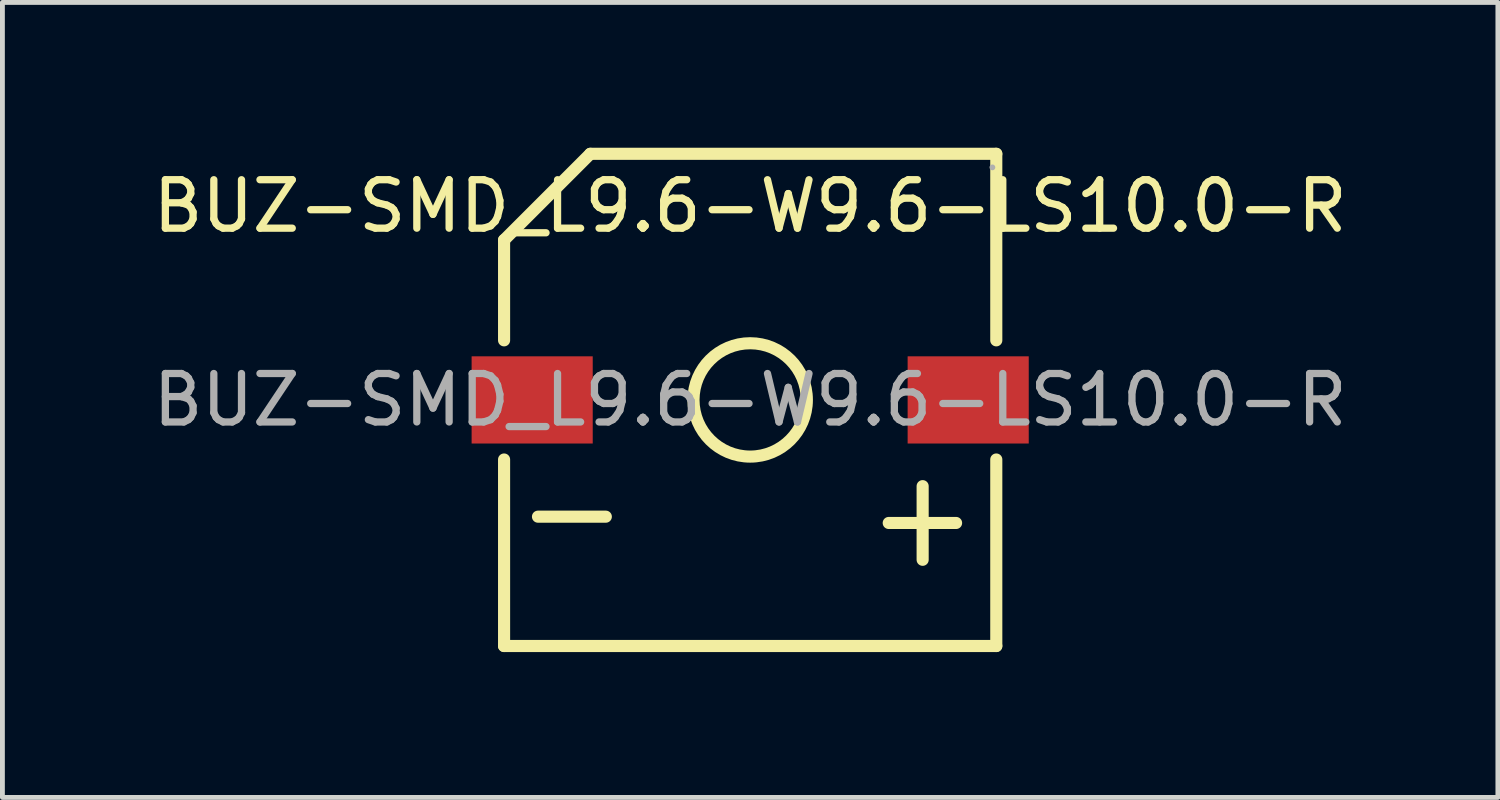
<source format=kicad_pcb>
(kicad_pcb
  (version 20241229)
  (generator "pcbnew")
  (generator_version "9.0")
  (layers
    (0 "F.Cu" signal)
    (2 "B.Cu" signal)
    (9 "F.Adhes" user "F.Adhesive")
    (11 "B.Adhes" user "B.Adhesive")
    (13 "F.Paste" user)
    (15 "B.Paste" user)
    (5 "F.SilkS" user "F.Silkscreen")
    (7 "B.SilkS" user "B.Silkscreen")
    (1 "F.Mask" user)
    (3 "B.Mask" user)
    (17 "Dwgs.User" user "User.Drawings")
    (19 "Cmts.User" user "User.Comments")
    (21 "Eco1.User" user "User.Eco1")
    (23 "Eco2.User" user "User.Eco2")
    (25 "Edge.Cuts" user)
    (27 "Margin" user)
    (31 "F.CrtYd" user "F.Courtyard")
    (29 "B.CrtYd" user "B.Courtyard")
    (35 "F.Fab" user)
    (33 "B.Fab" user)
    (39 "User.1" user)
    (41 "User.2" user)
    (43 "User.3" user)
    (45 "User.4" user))
  (footprint "BUZ-SMD_L9.6-W9.6-LS10.0-R"
    (layer "F.Cu")
    (at 12.435 5.205)
    (property "Reference" "BUZ-SMD_L9.6-W9.6-LS10.0-R" (at 0 -4 0) (layer "F.SilkS") (effects (font (size 1 1) (thickness 0.15))))
    (attr smd)
    (fp_line (start -5.08 -3.3) (end -5.08 -1.23) (stroke (width 0.25) (type solid)) (layer "F.SilkS"))
    (fp_line (start -5.08 -3.3) (end -3.3 -5.08) (stroke (width 0.25) (type solid)) (layer "F.SilkS"))
    (fp_line (start -5.08 1.23) (end -5.08 5.08) (stroke (width 0.25) (type solid)) (layer "F.SilkS"))
    (fp_line (start -4.38 2.41) (end -2.98 2.41) (stroke (width 0.25) (type solid)) (layer "F.SilkS"))
    (fp_line (start -3.3 -5.08) (end 5.08 -5.08) (stroke (width 0.25) (type solid)) (layer "F.SilkS"))
    (fp_line (start 2.86 2.54) (end 4.25 2.54) (stroke (width 0.25) (type solid)) (layer "F.SilkS"))
    (fp_line (start 3.56 1.78) (end 3.56 3.3) (stroke (width 0.25) (type solid)) (layer "F.SilkS"))
    (fp_line (start 5.08 -5.08) (end 5.08 -1.23) (stroke (width 0.25) (type solid)) (layer "F.SilkS"))
    (fp_line (start 5.08 1.23) (end 5.08 5.08) (stroke (width 0.25) (type solid)) (layer "F.SilkS"))
    (fp_line (start 5.08 5.08) (end -5.08 5.08) (stroke (width 0.25) (type solid)) (layer "F.SilkS"))
    (fp_circle (center 0 0) (end 1.17 0) (stroke (width 0.25) (type solid)) (fill no) (layer "F.SilkS"))
    (fp_circle (center 5 -4.8) (end 5.03 -4.8) (stroke (width 0.06) (type solid)) (fill no) (layer "F.Fab"))
    (fp_text user "${REFERENCE}" (at 0 0 0) (layer "F.Fab") (effects (font (size 1 1) (thickness 0.15))))
    (pad "1" smd rect (at 4.5 0) (size 2.5 1.8) (layers "F.Cu" "F.Mask" "F.Paste"))
    (pad "2" smd rect (at -4.5 0) (size 2.5 1.8) (layers "F.Cu" "F.Mask" "F.Paste")))
  (gr_rect
    (start -3 -3)
    (end 27.869 13.41)
    (stroke (width 0.1) (type default))
    (fill no)
    (layer "Edge.Cuts")))
</source>
